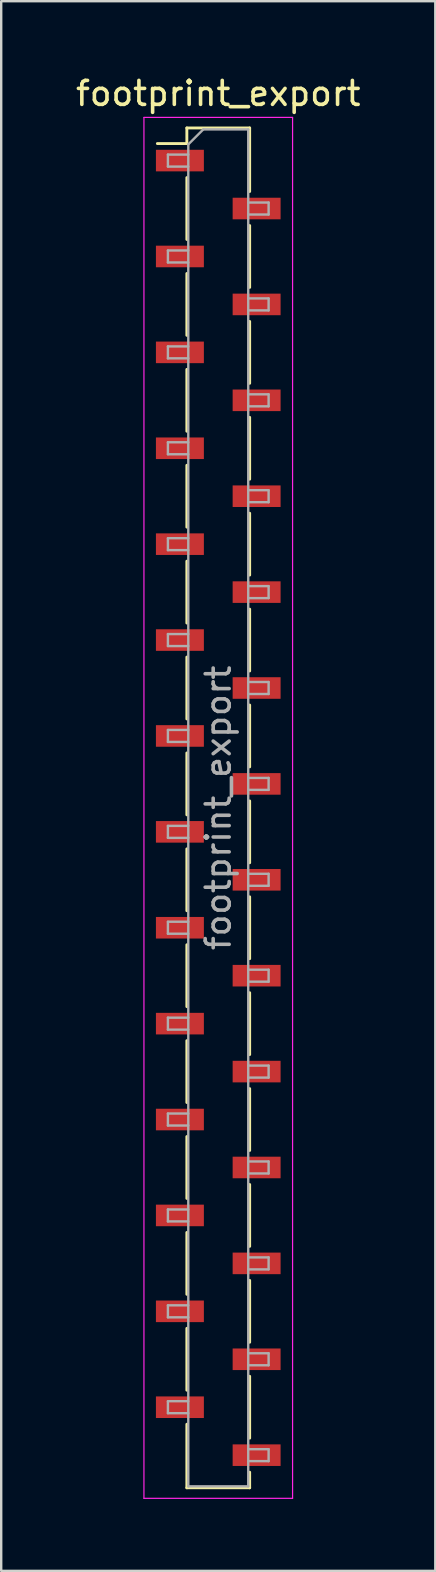
<source format=kicad_pcb>
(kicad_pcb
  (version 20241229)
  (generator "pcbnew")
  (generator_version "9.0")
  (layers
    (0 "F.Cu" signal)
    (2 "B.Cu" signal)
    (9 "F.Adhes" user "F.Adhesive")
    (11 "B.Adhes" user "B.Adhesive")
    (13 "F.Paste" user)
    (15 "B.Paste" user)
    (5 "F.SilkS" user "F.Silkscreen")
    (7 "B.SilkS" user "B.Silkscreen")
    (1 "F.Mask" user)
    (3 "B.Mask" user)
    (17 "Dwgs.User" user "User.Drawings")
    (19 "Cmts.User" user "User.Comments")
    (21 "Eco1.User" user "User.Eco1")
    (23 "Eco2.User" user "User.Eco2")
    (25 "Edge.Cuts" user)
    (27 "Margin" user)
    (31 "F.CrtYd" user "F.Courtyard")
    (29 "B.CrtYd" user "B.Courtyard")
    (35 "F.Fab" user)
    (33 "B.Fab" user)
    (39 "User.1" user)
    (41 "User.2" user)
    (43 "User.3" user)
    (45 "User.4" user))
  (footprint "footprint_export"
    (layer "F.Cu")
    (at 6.054 30.648)
    (property "Reference" "footprint_export" (at 0 -29.8 0) (layer "F.SilkS") (effects (font (size 1 1) (thickness 0.15))))
    (attr smd)
    (fp_line (start -2.54 -27.71) (end -1.31 -27.71) (stroke (width 0.12) (type solid)) (layer "F.SilkS"))
    (fp_line (start -1.31 -28.36) (end -1.31 -27.71) (stroke (width 0.12) (type solid)) (layer "F.SilkS"))
    (fp_line (start -1.31 -28.36) (end 1.31 -28.36) (stroke (width 0.12) (type solid)) (layer "F.SilkS"))
    (fp_line (start -1.31 -26.29) (end -1.31 -23.71) (stroke (width 0.12) (type solid)) (layer "F.SilkS"))
    (fp_line (start -1.31 -22.29) (end -1.31 -19.71) (stroke (width 0.12) (type solid)) (layer "F.SilkS"))
    (fp_line (start -1.31 -18.29) (end -1.31 -15.71) (stroke (width 0.12) (type solid)) (layer "F.SilkS"))
    (fp_line (start -1.31 -14.29) (end -1.31 -11.71) (stroke (width 0.12) (type solid)) (layer "F.SilkS"))
    (fp_line (start -1.31 -10.29) (end -1.31 -7.71) (stroke (width 0.12) (type solid)) (layer "F.SilkS"))
    (fp_line (start -1.31 -6.29) (end -1.31 -3.71) (stroke (width 0.12) (type solid)) (layer "F.SilkS"))
    (fp_line (start -1.31 -2.29) (end -1.31 0.29) (stroke (width 0.12) (type solid)) (layer "F.SilkS"))
    (fp_line (start -1.31 1.71) (end -1.31 4.29) (stroke (width 0.12) (type solid)) (layer "F.SilkS"))
    (fp_line (start -1.31 5.71) (end -1.31 8.29) (stroke (width 0.12) (type solid)) (layer "F.SilkS"))
    (fp_line (start -1.31 9.71) (end -1.31 12.29) (stroke (width 0.12) (type solid)) (layer "F.SilkS"))
    (fp_line (start -1.31 13.71) (end -1.31 16.29) (stroke (width 0.12) (type solid)) (layer "F.SilkS"))
    (fp_line (start -1.31 17.71) (end -1.31 20.29) (stroke (width 0.12) (type solid)) (layer "F.SilkS"))
    (fp_line (start -1.31 21.71) (end -1.31 24.29) (stroke (width 0.12) (type solid)) (layer "F.SilkS"))
    (fp_line (start -1.31 25.71) (end -1.31 28.36) (stroke (width 0.12) (type solid)) (layer "F.SilkS"))
    (fp_line (start -1.31 28.36) (end 1.31 28.36) (stroke (width 0.12) (type solid)) (layer "F.SilkS"))
    (fp_line (start 1.31 -28.36) (end 1.31 -25.71) (stroke (width 0.12) (type solid)) (layer "F.SilkS"))
    (fp_line (start 1.31 -24.29) (end 1.31 -21.71) (stroke (width 0.12) (type solid)) (layer "F.SilkS"))
    (fp_line (start 1.31 -20.29) (end 1.31 -17.71) (stroke (width 0.12) (type solid)) (layer "F.SilkS"))
    (fp_line (start 1.31 -16.29) (end 1.31 -13.71) (stroke (width 0.12) (type solid)) (layer "F.SilkS"))
    (fp_line (start 1.31 -12.29) (end 1.31 -9.71) (stroke (width 0.12) (type solid)) (layer "F.SilkS"))
    (fp_line (start 1.31 -8.29) (end 1.31 -5.71) (stroke (width 0.12) (type solid)) (layer "F.SilkS"))
    (fp_line (start 1.31 -4.29) (end 1.31 -1.71) (stroke (width 0.12) (type solid)) (layer "F.SilkS"))
    (fp_line (start 1.31 -0.29) (end 1.31 2.29) (stroke (width 0.12) (type solid)) (layer "F.SilkS"))
    (fp_line (start 1.31 3.71) (end 1.31 6.29) (stroke (width 0.12) (type solid)) (layer "F.SilkS"))
    (fp_line (start 1.31 7.71) (end 1.31 10.29) (stroke (width 0.12) (type solid)) (layer "F.SilkS"))
    (fp_line (start 1.31 11.71) (end 1.31 14.29) (stroke (width 0.12) (type solid)) (layer "F.SilkS"))
    (fp_line (start 1.31 15.71) (end 1.31 18.29) (stroke (width 0.12) (type solid)) (layer "F.SilkS"))
    (fp_line (start 1.31 19.71) (end 1.31 22.29) (stroke (width 0.12) (type solid)) (layer "F.SilkS"))
    (fp_line (start 1.31 23.71) (end 1.31 26.29) (stroke (width 0.12) (type solid)) (layer "F.SilkS"))
    (fp_line (start 1.31 27.71) (end 1.31 28.36) (stroke (width 0.12) (type solid)) (layer "F.SilkS"))
    (fp_line (start -3.1 -28.8) (end 3.1 -28.8) (stroke (width 0.05) (type solid)) (layer "F.CrtYd"))
    (fp_line (start -3.1 28.8) (end -3.1 -28.8) (stroke (width 0.05) (type solid)) (layer "F.CrtYd"))
    (fp_line (start 3.1 -28.8) (end 3.1 28.8) (stroke (width 0.05) (type solid)) (layer "F.CrtYd"))
    (fp_line (start 3.1 28.8) (end -3.1 28.8) (stroke (width 0.05) (type solid)) (layer "F.CrtYd"))
    (fp_line (start -2.1 -27.25) (end -1.25 -27.25) (stroke (width 0.1) (type solid)) (layer "F.Fab"))
    (fp_line (start -2.1 -26.75) (end -2.1 -27.25) (stroke (width 0.1) (type solid)) (layer "F.Fab"))
    (fp_line (start -2.1 -23.25) (end -1.25 -23.25) (stroke (width 0.1) (type solid)) (layer "F.Fab"))
    (fp_line (start -2.1 -22.75) (end -2.1 -23.25) (stroke (width 0.1) (type solid)) (layer "F.Fab"))
    (fp_line (start -2.1 -19.25) (end -1.25 -19.25) (stroke (width 0.1) (type solid)) (layer "F.Fab"))
    (fp_line (start -2.1 -18.75) (end -2.1 -19.25) (stroke (width 0.1) (type solid)) (layer "F.Fab"))
    (fp_line (start -2.1 -15.25) (end -1.25 -15.25) (stroke (width 0.1) (type solid)) (layer "F.Fab"))
    (fp_line (start -2.1 -14.75) (end -2.1 -15.25) (stroke (width 0.1) (type solid)) (layer "F.Fab"))
    (fp_line (start -2.1 -11.25) (end -1.25 -11.25) (stroke (width 0.1) (type solid)) (layer "F.Fab"))
    (fp_line (start -2.1 -10.75) (end -2.1 -11.25) (stroke (width 0.1) (type solid)) (layer "F.Fab"))
    (fp_line (start -2.1 -7.25) (end -1.25 -7.25) (stroke (width 0.1) (type solid)) (layer "F.Fab"))
    (fp_line (start -2.1 -6.75) (end -2.1 -7.25) (stroke (width 0.1) (type solid)) (layer "F.Fab"))
    (fp_line (start -2.1 -3.25) (end -1.25 -3.25) (stroke (width 0.1) (type solid)) (layer "F.Fab"))
    (fp_line (start -2.1 -2.75) (end -2.1 -3.25) (stroke (width 0.1) (type solid)) (layer "F.Fab"))
    (fp_line (start -2.1 0.75) (end -1.25 0.75) (stroke (width 0.1) (type solid)) (layer "F.Fab"))
    (fp_line (start -2.1 1.25) (end -2.1 0.75) (stroke (width 0.1) (type solid)) (layer "F.Fab"))
    (fp_line (start -2.1 4.75) (end -1.25 4.75) (stroke (width 0.1) (type solid)) (layer "F.Fab"))
    (fp_line (start -2.1 5.25) (end -2.1 4.75) (stroke (width 0.1) (type solid)) (layer "F.Fab"))
    (fp_line (start -2.1 8.75) (end -1.25 8.75) (stroke (width 0.1) (type solid)) (layer "F.Fab"))
    (fp_line (start -2.1 9.25) (end -2.1 8.75) (stroke (width 0.1) (type solid)) (layer "F.Fab"))
    (fp_line (start -2.1 12.75) (end -1.25 12.75) (stroke (width 0.1) (type solid)) (layer "F.Fab"))
    (fp_line (start -2.1 13.25) (end -2.1 12.75) (stroke (width 0.1) (type solid)) (layer "F.Fab"))
    (fp_line (start -2.1 16.75) (end -1.25 16.75) (stroke (width 0.1) (type solid)) (layer "F.Fab"))
    (fp_line (start -2.1 17.25) (end -2.1 16.75) (stroke (width 0.1) (type solid)) (layer "F.Fab"))
    (fp_line (start -2.1 20.75) (end -1.25 20.75) (stroke (width 0.1) (type solid)) (layer "F.Fab"))
    (fp_line (start -2.1 21.25) (end -2.1 20.75) (stroke (width 0.1) (type solid)) (layer "F.Fab"))
    (fp_line (start -2.1 24.75) (end -1.25 24.75) (stroke (width 0.1) (type solid)) (layer "F.Fab"))
    (fp_line (start -2.1 25.25) (end -2.1 24.75) (stroke (width 0.1) (type solid)) (layer "F.Fab"))
    (fp_line (start -1.25 -27.675) (end -0.625 -28.3) (stroke (width 0.1) (type solid)) (layer "F.Fab"))
    (fp_line (start -1.25 -26.75) (end -2.1 -26.75) (stroke (width 0.1) (type solid)) (layer "F.Fab"))
    (fp_line (start -1.25 -22.75) (end -2.1 -22.75) (stroke (width 0.1) (type solid)) (layer "F.Fab"))
    (fp_line (start -1.25 -18.75) (end -2.1 -18.75) (stroke (width 0.1) (type solid)) (layer "F.Fab"))
    (fp_line (start -1.25 -14.75) (end -2.1 -14.75) (stroke (width 0.1) (type solid)) (layer "F.Fab"))
    (fp_line (start -1.25 -10.75) (end -2.1 -10.75) (stroke (width 0.1) (type solid)) (layer "F.Fab"))
    (fp_line (start -1.25 -6.75) (end -2.1 -6.75) (stroke (width 0.1) (type solid)) (layer "F.Fab"))
    (fp_line (start -1.25 -2.75) (end -2.1 -2.75) (stroke (width 0.1) (type solid)) (layer "F.Fab"))
    (fp_line (start -1.25 1.25) (end -2.1 1.25) (stroke (width 0.1) (type solid)) (layer "F.Fab"))
    (fp_line (start -1.25 5.25) (end -2.1 5.25) (stroke (width 0.1) (type solid)) (layer "F.Fab"))
    (fp_line (start -1.25 9.25) (end -2.1 9.25) (stroke (width 0.1) (type solid)) (layer "F.Fab"))
    (fp_line (start -1.25 13.25) (end -2.1 13.25) (stroke (width 0.1) (type solid)) (layer "F.Fab"))
    (fp_line (start -1.25 17.25) (end -2.1 17.25) (stroke (width 0.1) (type solid)) (layer "F.Fab"))
    (fp_line (start -1.25 21.25) (end -2.1 21.25) (stroke (width 0.1) (type solid)) (layer "F.Fab"))
    (fp_line (start -1.25 25.25) (end -2.1 25.25) (stroke (width 0.1) (type solid)) (layer "F.Fab"))
    (fp_line (start -1.25 28.3) (end -1.25 -27.675) (stroke (width 0.1) (type solid)) (layer "F.Fab"))
    (fp_line (start -0.625 -28.3) (end 1.25 -28.3) (stroke (width 0.1) (type solid)) (layer "F.Fab"))
    (fp_line (start 1.25 -28.3) (end 1.25 28.3) (stroke (width 0.1) (type solid)) (layer "F.Fab"))
    (fp_line (start 1.25 -25.25) (end 2.1 -25.25) (stroke (width 0.1) (type solid)) (layer "F.Fab"))
    (fp_line (start 1.25 -21.25) (end 2.1 -21.25) (stroke (width 0.1) (type solid)) (layer "F.Fab"))
    (fp_line (start 1.25 -17.25) (end 2.1 -17.25) (stroke (width 0.1) (type solid)) (layer "F.Fab"))
    (fp_line (start 1.25 -13.25) (end 2.1 -13.25) (stroke (width 0.1) (type solid)) (layer "F.Fab"))
    (fp_line (start 1.25 -9.25) (end 2.1 -9.25) (stroke (width 0.1) (type solid)) (layer "F.Fab"))
    (fp_line (start 1.25 -5.25) (end 2.1 -5.25) (stroke (width 0.1) (type solid)) (layer "F.Fab"))
    (fp_line (start 1.25 -1.25) (end 2.1 -1.25) (stroke (width 0.1) (type solid)) (layer "F.Fab"))
    (fp_line (start 1.25 2.75) (end 2.1 2.75) (stroke (width 0.1) (type solid)) (layer "F.Fab"))
    (fp_line (start 1.25 6.75) (end 2.1 6.75) (stroke (width 0.1) (type solid)) (layer "F.Fab"))
    (fp_line (start 1.25 10.75) (end 2.1 10.75) (stroke (width 0.1) (type solid)) (layer "F.Fab"))
    (fp_line (start 1.25 14.75) (end 2.1 14.75) (stroke (width 0.1) (type solid)) (layer "F.Fab"))
    (fp_line (start 1.25 18.75) (end 2.1 18.75) (stroke (width 0.1) (type solid)) (layer "F.Fab"))
    (fp_line (start 1.25 22.75) (end 2.1 22.75) (stroke (width 0.1) (type solid)) (layer "F.Fab"))
    (fp_line (start 1.25 26.75) (end 2.1 26.75) (stroke (width 0.1) (type solid)) (layer "F.Fab"))
    (fp_line (start 1.25 28.3) (end -1.25 28.3) (stroke (width 0.1) (type solid)) (layer "F.Fab"))
    (fp_line (start 2.1 -25.25) (end 2.1 -24.75) (stroke (width 0.1) (type solid)) (layer "F.Fab"))
    (fp_line (start 2.1 -24.75) (end 1.25 -24.75) (stroke (width 0.1) (type solid)) (layer "F.Fab"))
    (fp_line (start 2.1 -21.25) (end 2.1 -20.75) (stroke (width 0.1) (type solid)) (layer "F.Fab"))
    (fp_line (start 2.1 -20.75) (end 1.25 -20.75) (stroke (width 0.1) (type solid)) (layer "F.Fab"))
    (fp_line (start 2.1 -17.25) (end 2.1 -16.75) (stroke (width 0.1) (type solid)) (layer "F.Fab"))
    (fp_line (start 2.1 -16.75) (end 1.25 -16.75) (stroke (width 0.1) (type solid)) (layer "F.Fab"))
    (fp_line (start 2.1 -13.25) (end 2.1 -12.75) (stroke (width 0.1) (type solid)) (layer "F.Fab"))
    (fp_line (start 2.1 -12.75) (end 1.25 -12.75) (stroke (width 0.1) (type solid)) (layer "F.Fab"))
    (fp_line (start 2.1 -9.25) (end 2.1 -8.75) (stroke (width 0.1) (type solid)) (layer "F.Fab"))
    (fp_line (start 2.1 -8.75) (end 1.25 -8.75) (stroke (width 0.1) (type solid)) (layer "F.Fab"))
    (fp_line (start 2.1 -5.25) (end 2.1 -4.75) (stroke (width 0.1) (type solid)) (layer "F.Fab"))
    (fp_line (start 2.1 -4.75) (end 1.25 -4.75) (stroke (width 0.1) (type solid)) (layer "F.Fab"))
    (fp_line (start 2.1 -1.25) (end 2.1 -0.75) (stroke (width 0.1) (type solid)) (layer "F.Fab"))
    (fp_line (start 2.1 -0.75) (end 1.25 -0.75) (stroke (width 0.1) (type solid)) (layer "F.Fab"))
    (fp_line (start 2.1 2.75) (end 2.1 3.25) (stroke (width 0.1) (type solid)) (layer "F.Fab"))
    (fp_line (start 2.1 3.25) (end 1.25 3.25) (stroke (width 0.1) (type solid)) (layer "F.Fab"))
    (fp_line (start 2.1 6.75) (end 2.1 7.25) (stroke (width 0.1) (type solid)) (layer "F.Fab"))
    (fp_line (start 2.1 7.25) (end 1.25 7.25) (stroke (width 0.1) (type solid)) (layer "F.Fab"))
    (fp_line (start 2.1 10.75) (end 2.1 11.25) (stroke (width 0.1) (type solid)) (layer "F.Fab"))
    (fp_line (start 2.1 11.25) (end 1.25 11.25) (stroke (width 0.1) (type solid)) (layer "F.Fab"))
    (fp_line (start 2.1 14.75) (end 2.1 15.25) (stroke (width 0.1) (type solid)) (layer "F.Fab"))
    (fp_line (start 2.1 15.25) (end 1.25 15.25) (stroke (width 0.1) (type solid)) (layer "F.Fab"))
    (fp_line (start 2.1 18.75) (end 2.1 19.25) (stroke (width 0.1) (type solid)) (layer "F.Fab"))
    (fp_line (start 2.1 19.25) (end 1.25 19.25) (stroke (width 0.1) (type solid)) (layer "F.Fab"))
    (fp_line (start 2.1 22.75) (end 2.1 23.25) (stroke (width 0.1) (type solid)) (layer "F.Fab"))
    (fp_line (start 2.1 23.25) (end 1.25 23.25) (stroke (width 0.1) (type solid)) (layer "F.Fab"))
    (fp_line (start 2.1 26.75) (end 2.1 27.25) (stroke (width 0.1) (type solid)) (layer "F.Fab"))
    (fp_line (start 2.1 27.25) (end 1.25 27.25) (stroke (width 0.1) (type solid)) (layer "F.Fab"))
    (fp_text user "${REFERENCE}" (at 0 0 90) (layer "F.Fab") (effects (font (size 1 1) (thickness 0.15))))
    (pad "1" smd rect (at -1.6 -27) (size 2 0.9) (layers "F.Cu" "F.Mask" "F.Paste"))
    (pad "2" smd rect (at 1.6 -25) (size 2 0.9) (layers "F.Cu" "F.Mask" "F.Paste"))
    (pad "3" smd rect (at -1.6 -23) (size 2 0.9) (layers "F.Cu" "F.Mask" "F.Paste"))
    (pad "4" smd rect (at 1.6 -21) (size 2 0.9) (layers "F.Cu" "F.Mask" "F.Paste"))
    (pad "5" smd rect (at -1.6 -19) (size 2 0.9) (layers "F.Cu" "F.Mask" "F.Paste"))
    (pad "6" smd rect (at 1.6 -17) (size 2 0.9) (layers "F.Cu" "F.Mask" "F.Paste"))
    (pad "7" smd rect (at -1.6 -15) (size 2 0.9) (layers "F.Cu" "F.Mask" "F.Paste"))
    (pad "8" smd rect (at 1.6 -13) (size 2 0.9) (layers "F.Cu" "F.Mask" "F.Paste"))
    (pad "9" smd rect (at -1.6 -11) (size 2 0.9) (layers "F.Cu" "F.Mask" "F.Paste"))
    (pad "10" smd rect (at 1.6 -9) (size 2 0.9) (layers "F.Cu" "F.Mask" "F.Paste"))
    (pad "11" smd rect (at -1.6 -7) (size 2 0.9) (layers "F.Cu" "F.Mask" "F.Paste"))
    (pad "12" smd rect (at 1.6 -5) (size 2 0.9) (layers "F.Cu" "F.Mask" "F.Paste"))
    (pad "13" smd rect (at -1.6 -3) (size 2 0.9) (layers "F.Cu" "F.Mask" "F.Paste"))
    (pad "14" smd rect (at 1.6 -1) (size 2 0.9) (layers "F.Cu" "F.Mask" "F.Paste"))
    (pad "15" smd rect (at -1.6 1) (size 2 0.9) (layers "F.Cu" "F.Mask" "F.Paste"))
    (pad "16" smd rect (at 1.6 3) (size 2 0.9) (layers "F.Cu" "F.Mask" "F.Paste"))
    (pad "17" smd rect (at -1.6 5) (size 2 0.9) (layers "F.Cu" "F.Mask" "F.Paste"))
    (pad "18" smd rect (at 1.6 7) (size 2 0.9) (layers "F.Cu" "F.Mask" "F.Paste"))
    (pad "19" smd rect (at -1.6 9) (size 2 0.9) (layers "F.Cu" "F.Mask" "F.Paste"))
    (pad "20" smd rect (at 1.6 11) (size 2 0.9) (layers "F.Cu" "F.Mask" "F.Paste"))
    (pad "21" smd rect (at -1.6 13) (size 2 0.9) (layers "F.Cu" "F.Mask" "F.Paste"))
    (pad "22" smd rect (at 1.6 15) (size 2 0.9) (layers "F.Cu" "F.Mask" "F.Paste"))
    (pad "23" smd rect (at -1.6 17) (size 2 0.9) (layers "F.Cu" "F.Mask" "F.Paste"))
    (pad "24" smd rect (at 1.6 19) (size 2 0.9) (layers "F.Cu" "F.Mask" "F.Paste"))
    (pad "25" smd rect (at -1.6 21) (size 2 0.9) (layers "F.Cu" "F.Mask" "F.Paste"))
    (pad "26" smd rect (at 1.6 23) (size 2 0.9) (layers "F.Cu" "F.Mask" "F.Paste"))
    (pad "27" smd rect (at -1.6 25) (size 2 0.9) (layers "F.Cu" "F.Mask" "F.Paste"))
    (pad "28" smd rect (at 1.6 27) (size 2 0.9) (layers "F.Cu" "F.Mask" "F.Paste")))
  (gr_rect
    (start -3 -3)
    (end 15.107 62.473)
    (stroke (width 0.1) (type default))
    (fill no)
    (layer "Edge.Cuts")))
</source>
